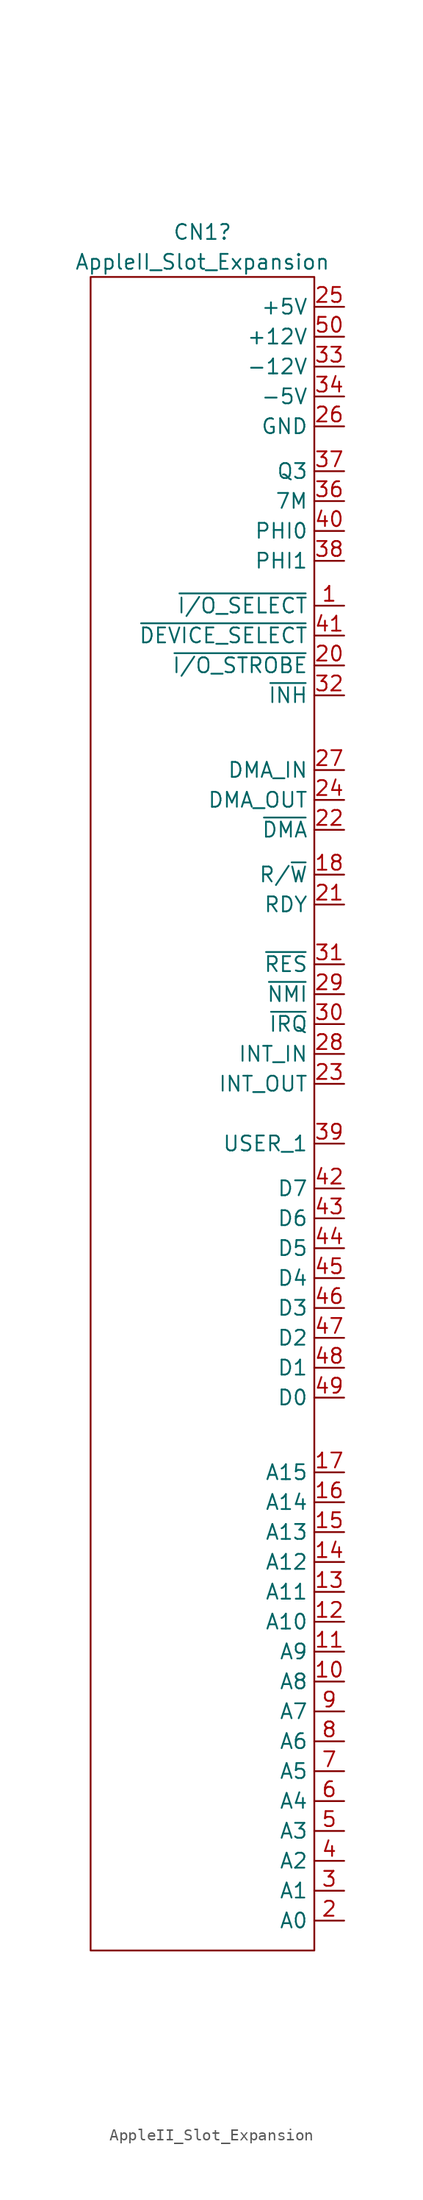
<source format=kicad_sym>
(kicad_symbol_lib
  (version 20231120)
  (generator "kicad_symbol_editor")
  (generator_version "8.0")
  (symbol "AppleII_Slot_Expansion"
    (property "Reference" "CN1"
      (at -0.635 93.98 0)
      (effects (font (size 1.27 1.27))))
    (property "Value" "AppleII_Slot_Expansion"
      (at -0.635 91.44 0)
      (effects (font (size 1.27 1.27))))
    (symbol "AppleII_Slot_Expansion_0_1"
      (rectangle (start -10.16 90.17) (end 8.89 -52.07) (stroke (width 0) (type default)) (fill (type none))))
    (symbol "AppleII_Slot_Expansion_1_1"
      (pin output line (at 11.43 62.23 180) (length 2.54) (name "~{I/O_SELECT}" (effects (font (size 1.27 1.27)))) (number "1" (effects (font (size 1.27 1.27)))))
      (pin output line (at 11.43 -29.21 180) (length 2.54) (name "A8" (effects (font (size 1.27 1.27)))) (number "10" (effects (font (size 1.27 1.27)))))
      (pin output line (at 11.43 -26.67 180) (length 2.54) (name "A9" (effects (font (size 1.27 1.27)))) (number "11" (effects (font (size 1.27 1.27)))))
      (pin output line (at 11.43 -24.13 180) (length 2.54) (name "A10" (effects (font (size 1.27 1.27)))) (number "12" (effects (font (size 1.27 1.27)))))
      (pin output line (at 11.43 -21.59 180) (length 2.54) (name "A11" (effects (font (size 1.27 1.27)))) (number "13" (effects (font (size 1.27 1.27)))))
      (pin output line (at 11.43 -19.05 180) (length 2.54) (name "A12" (effects (font (size 1.27 1.27)))) (number "14" (effects (font (size 1.27 1.27)))))
      (pin output line (at 11.43 -16.51 180) (length 2.54) (name "A13" (effects (font (size 1.27 1.27)))) (number "15" (effects (font (size 1.27 1.27)))))
      (pin output line (at 11.43 -13.97 180) (length 2.54) (name "A14" (effects (font (size 1.27 1.27)))) (number "16" (effects (font (size 1.27 1.27)))))
      (pin output line (at 11.43 -11.43 180) (length 2.54) (name "A15" (effects (font (size 1.27 1.27)))) (number "17" (effects (font (size 1.27 1.27)))))
      (pin output line (at 11.43 39.37 180) (length 2.54) (name "R/~{W}" (effects (font (size 1.27 1.27)))) (number "18" (effects (font (size 1.27 1.27)))))
      (pin output line (at 11.43 -49.53 180) (length 2.54) (name "A0" (effects (font (size 1.27 1.27)))) (number "2" (effects (font (size 1.27 1.27)))))
      (pin output line (at 11.43 57.15 180) (length 2.54) (name "~{I/O_STROBE}" (effects (font (size 1.27 1.27)))) (number "20" (effects (font (size 1.27 1.27)))))
      (pin output line (at 11.43 36.83 180) (length 2.54) (name "RDY" (effects (font (size 1.27 1.27)))) (number "21" (effects (font (size 1.27 1.27)))))
      (pin input line (at 11.43 43.18 180) (length 2.54) (name "~{DMA}" (effects (font (size 1.27 1.27)))) (number "22" (effects (font (size 1.27 1.27)))))
      (pin output line (at 11.43 21.59 180) (length 2.54) (name "INT_OUT" (effects (font (size 1.27 1.27)))) (number "23" (effects (font (size 1.27 1.27)))))
      (pin input line (at 11.43 45.72 180) (length 2.54) (name "DMA_OUT" (effects (font (size 1.27 1.27)))) (number "24" (effects (font (size 1.27 1.27)))))
      (pin power_in line (at 11.43 87.63 180) (length 2.54) (name "+5V" (effects (font (size 1.27 1.27)))) (number "25" (effects (font (size 1.27 1.27)))))
      (pin power_in line (at 11.43 77.47 180) (length 2.54) (name "GND" (effects (font (size 1.27 1.27)))) (number "26" (effects (font (size 1.27 1.27)))))
      (pin input line (at 11.43 48.26 180) (length 2.54) (name "DMA_IN" (effects (font (size 1.27 1.27)))) (number "27" (effects (font (size 1.27 1.27)))))
      (pin output line (at 11.43 24.13 180) (length 2.54) (name "INT_IN" (effects (font (size 1.27 1.27)))) (number "28" (effects (font (size 1.27 1.27)))))
      (pin input line (at 11.43 29.21 180) (length 2.54) (name "~{NMI}" (effects (font (size 1.27 1.27)))) (number "29" (effects (font (size 1.27 1.27)))))
      (pin output line (at 11.43 -46.99 180) (length 2.54) (name "A1" (effects (font (size 1.27 1.27)))) (number "3" (effects (font (size 1.27 1.27)))))
      (pin input line (at 11.43 26.67 180) (length 2.54) (name "~{IRQ}" (effects (font (size 1.27 1.27)))) (number "30" (effects (font (size 1.27 1.27)))))
      (pin input line (at 11.43 31.75 180) (length 2.54) (name "~{RES}" (effects (font (size 1.27 1.27)))) (number "31" (effects (font (size 1.27 1.27)))))
      (pin input line (at 11.43 54.61 180) (length 2.54) (name "~{INH}" (effects (font (size 1.27 1.27)))) (number "32" (effects (font (size 1.27 1.27)))))
      (pin power_in line (at 11.43 82.55 180) (length 2.54) (name "-12V" (effects (font (size 1.27 1.27)))) (number "33" (effects (font (size 1.27 1.27)))))
      (pin power_in line (at 11.43 80.01 180) (length 2.54) (name "-5V" (effects (font (size 1.27 1.27)))) (number "34" (effects (font (size 1.27 1.27)))))
      (pin output line (at 11.43 71.12 180) (length 2.54) (name "7M" (effects (font (size 1.27 1.27)))) (number "36" (effects (font (size 1.27 1.27)))))
      (pin output line (at 11.43 73.66 180) (length 2.54) (name "Q3" (effects (font (size 1.27 1.27)))) (number "37" (effects (font (size 1.27 1.27)))))
      (pin output line (at 11.43 66.04 180) (length 2.54) (name "PHI1" (effects (font (size 1.27 1.27)))) (number "38" (effects (font (size 1.27 1.27)))))
      (pin output line (at 11.43 16.51 180) (length 2.54) (name "USER_1" (effects (font (size 1.27 1.27)))) (number "39" (effects (font (size 1.27 1.27)))))
      (pin output line (at 11.43 -44.45 180) (length 2.54) (name "A2" (effects (font (size 1.27 1.27)))) (number "4" (effects (font (size 1.27 1.27)))))
      (pin output line (at 11.43 68.58 180) (length 2.54) (name "PHI0" (effects (font (size 1.27 1.27)))) (number "40" (effects (font (size 1.27 1.27)))))
      (pin output line (at 11.43 59.69 180) (length 2.54) (name "~{DEVICE_SELECT}" (effects (font (size 1.27 1.27)))) (number "41" (effects (font (size 1.27 1.27)))))
      (pin bidirectional line (at 11.43 12.7 180) (length 2.54) (name "D7" (effects (font (size 1.27 1.27)))) (number "42" (effects (font (size 1.27 1.27)))))
      (pin bidirectional line (at 11.43 10.16 180) (length 2.54) (name "D6" (effects (font (size 1.27 1.27)))) (number "43" (effects (font (size 1.27 1.27)))))
      (pin bidirectional line (at 11.43 7.62 180) (length 2.54) (name "D5" (effects (font (size 1.27 1.27)))) (number "44" (effects (font (size 1.27 1.27)))))
      (pin bidirectional line (at 11.43 5.08 180) (length 2.54) (name "D4" (effects (font (size 1.27 1.27)))) (number "45" (effects (font (size 1.27 1.27)))))
      (pin bidirectional line (at 11.43 2.54 180) (length 2.54) (name "D3" (effects (font (size 1.27 1.27)))) (number "46" (effects (font (size 1.27 1.27)))))
      (pin bidirectional line (at 11.43 0 180) (length 2.54) (name "D2" (effects (font (size 1.27 1.27)))) (number "47" (effects (font (size 1.27 1.27)))))
      (pin bidirectional line (at 11.43 -2.54 180) (length 2.54) (name "D1" (effects (font (size 1.27 1.27)))) (number "48" (effects (font (size 1.27 1.27)))))
      (pin bidirectional line (at 11.43 -5.08 180) (length 2.54) (name "D0" (effects (font (size 1.27 1.27)))) (number "49" (effects (font (size 1.27 1.27)))))
      (pin output line (at 11.43 -41.91 180) (length 2.54) (name "A3" (effects (font (size 1.27 1.27)))) (number "5" (effects (font (size 1.27 1.27)))))
      (pin power_in line (at 11.43 85.09 180) (length 2.54) (name "+12V" (effects (font (size 1.27 1.27)))) (number "50" (effects (font (size 1.27 1.27)))))
      (pin output line (at 11.43 -39.37 180) (length 2.54) (name "A4" (effects (font (size 1.27 1.27)))) (number "6" (effects (font (size 1.27 1.27)))))
      (pin output line (at 11.43 -36.83 180) (length 2.54) (name "A5" (effects (font (size 1.27 1.27)))) (number "7" (effects (font (size 1.27 1.27)))))
      (pin output line (at 11.43 -34.29 180) (length 2.54) (name "A6" (effects (font (size 1.27 1.27)))) (number "8" (effects (font (size 1.27 1.27)))))
      (pin output line (at 11.43 -31.75 180) (length 2.54) (name "A7" (effects (font (size 1.27 1.27)))) (number "9" (effects (font (size 1.27 1.27))))))))
</source>
